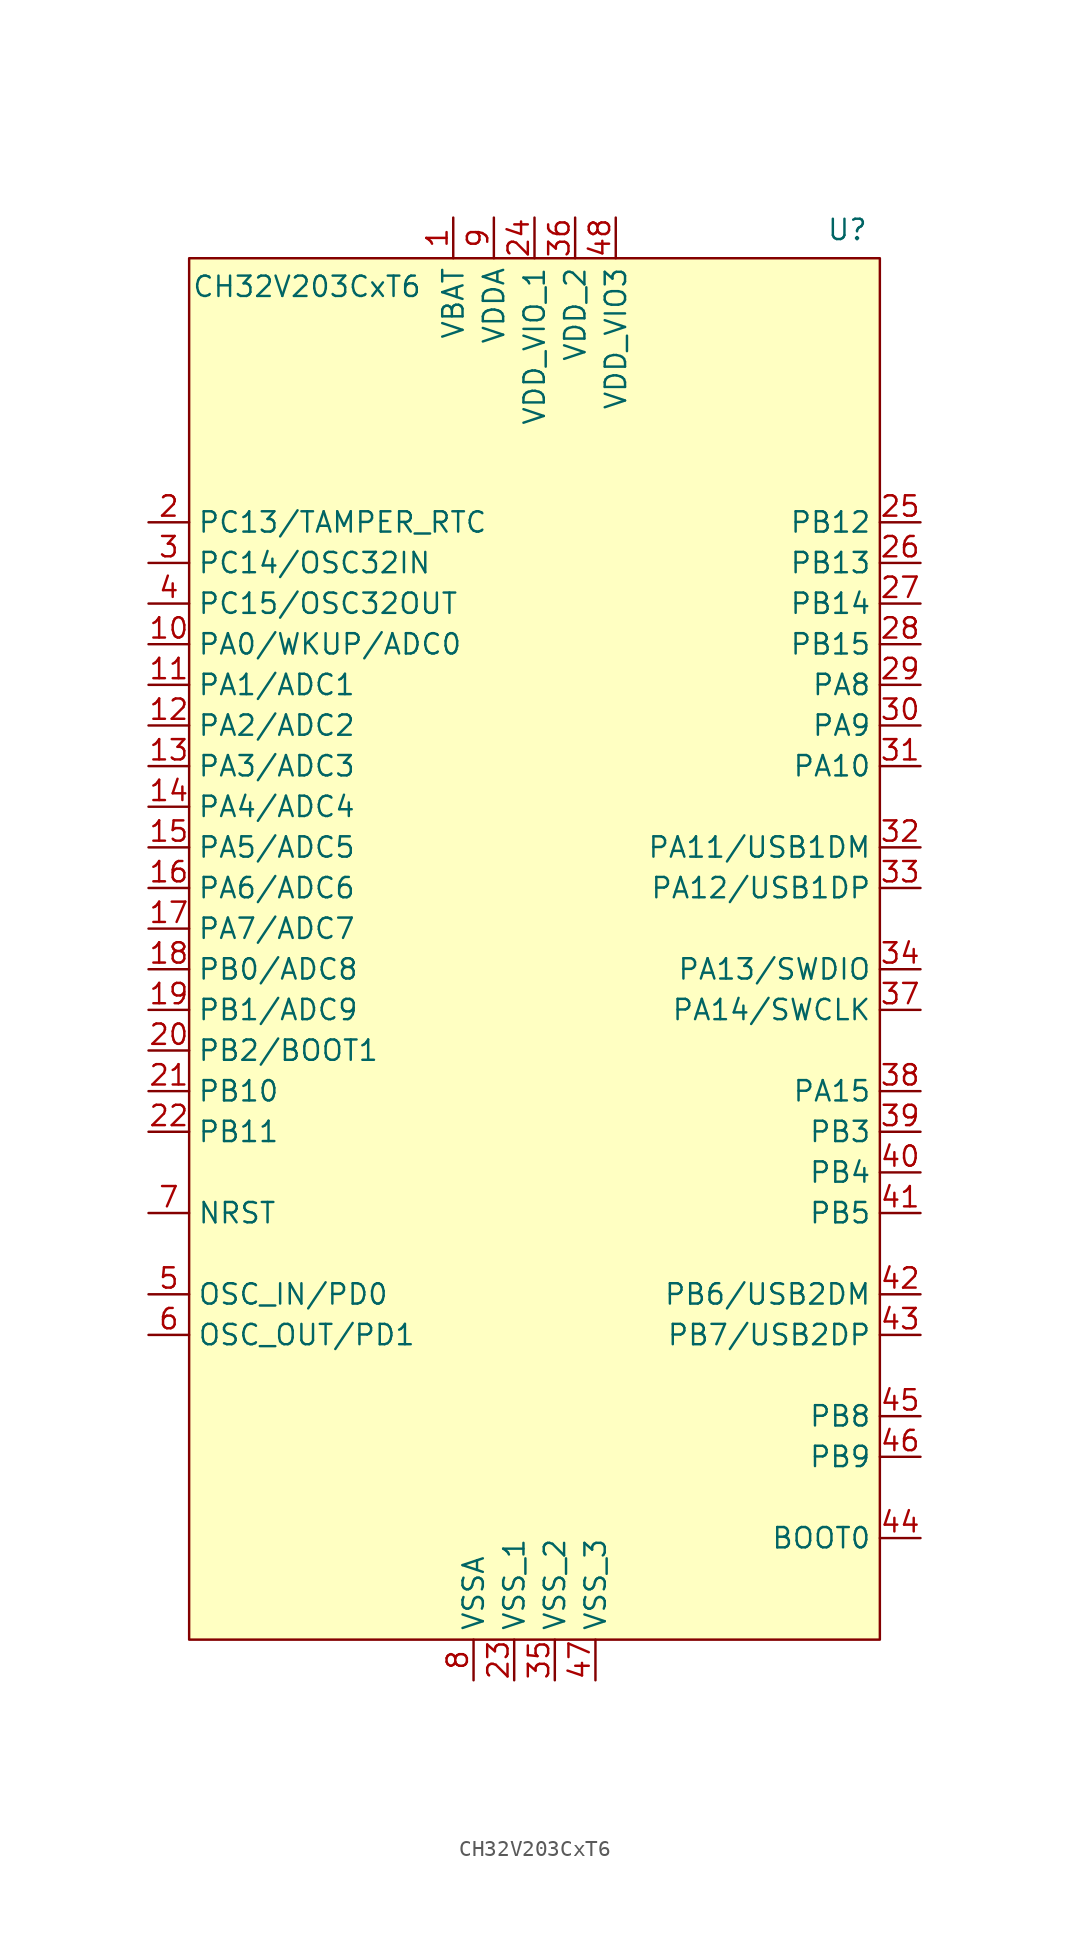
<source format=kicad_sym>
(kicad_symbol_lib
  (version 20231120)
  (generator "kicad_symbol_editor")
  (generator_version "8.0")
  (symbol "CH32V203CxT6"
    (property "Reference" "U"
      (at 19.558 44.958 0)
      (effects (font (size 1.27 1.27))))
    (property "Value" "CH32V203CxT6"
      (at -14.224 41.402 0)
      (effects (font (size 1.27 1.27))))
    (symbol "CH32V203CxT6_1_0"
      (pin bidirectional line (at -24.13 19.05 0) (length 2.54) (name "PA0/WKUP/ADC0" (effects (font (size 1.27 1.27)))) (number "10" (effects (font (size 1.27 1.27)))))
      (pin bidirectional line (at -24.13 16.51 0) (length 2.54) (name "PA1/ADC1" (effects (font (size 1.27 1.27)))) (number "11" (effects (font (size 1.27 1.27)))))
      (pin bidirectional line (at -24.13 13.97 0) (length 2.54) (name "PA2/ADC2" (effects (font (size 1.27 1.27)))) (number "12" (effects (font (size 1.27 1.27)))))
      (pin bidirectional line (at -24.13 11.43 0) (length 2.54) (name "PA3/ADC3" (effects (font (size 1.27 1.27)))) (number "13" (effects (font (size 1.27 1.27)))))
      (pin bidirectional line (at -24.13 8.89 0) (length 2.54) (name "PA4/ADC4" (effects (font (size 1.27 1.27)))) (number "14" (effects (font (size 1.27 1.27)))))
      (pin bidirectional line (at -24.13 6.35 0) (length 2.54) (name "PA5/ADC5" (effects (font (size 1.27 1.27)))) (number "15" (effects (font (size 1.27 1.27)))))
      (pin bidirectional line (at -24.13 3.81 0) (length 2.54) (name "PA6/ADC6" (effects (font (size 1.27 1.27)))) (number "16" (effects (font (size 1.27 1.27)))))
      (pin bidirectional line (at -24.13 1.27 0) (length 2.54) (name "PA7/ADC7" (effects (font (size 1.27 1.27)))) (number "17" (effects (font (size 1.27 1.27)))))
      (pin bidirectional line (at -24.13 -1.27 0) (length 2.54) (name "PB0/ADC8" (effects (font (size 1.27 1.27)))) (number "18" (effects (font (size 1.27 1.27)))))
      (pin bidirectional line (at -24.13 -3.81 0) (length 2.54) (name "PB1/ADC9" (effects (font (size 1.27 1.27)))) (number "19" (effects (font (size 1.27 1.27)))))
      (pin bidirectional line (at -24.13 -6.35 0) (length 2.54) (name "PB2/BOOT1" (effects (font (size 1.27 1.27)))) (number "20" (effects (font (size 1.27 1.27)))))
      (pin bidirectional line (at -24.13 -8.89 0) (length 2.54) (name "PB10" (effects (font (size 1.27 1.27)))) (number "21" (effects (font (size 1.27 1.27)))))
      (pin bidirectional line (at -24.13 -11.43 0) (length 2.54) (name "PB11" (effects (font (size 1.27 1.27)))) (number "22" (effects (font (size 1.27 1.27)))))
      (pin power_in line (at -1.27 -45.72 90) (length 2.54) (name "VSS_1" (effects (font (size 1.27 1.27)))) (number "23" (effects (font (size 1.27 1.27)))))
      (pin power_in line (at 0 45.72 270) (length 2.54) (name "VDD_VIO_1" (effects (font (size 1.27 1.27)))) (number "24" (effects (font (size 1.27 1.27)))))
      (pin bidirectional line (at 24.13 26.67 180) (length 2.54) (name "PB12" (effects (font (size 1.27 1.27)))) (number "25" (effects (font (size 1.27 1.27)))))
      (pin bidirectional line (at 24.13 24.13 180) (length 2.54) (name "PB13" (effects (font (size 1.27 1.27)))) (number "26" (effects (font (size 1.27 1.27)))))
      (pin bidirectional line (at 24.13 21.59 180) (length 2.54) (name "PB14" (effects (font (size 1.27 1.27)))) (number "27" (effects (font (size 1.27 1.27)))))
      (pin bidirectional line (at 24.13 19.05 180) (length 2.54) (name "PB15" (effects (font (size 1.27 1.27)))) (number "28" (effects (font (size 1.27 1.27)))))
      (pin bidirectional line (at 24.13 16.51 180) (length 2.54) (name "PA8" (effects (font (size 1.27 1.27)))) (number "29" (effects (font (size 1.27 1.27)))))
      (pin bidirectional line (at 24.13 13.97 180) (length 2.54) (name "PA9" (effects (font (size 1.27 1.27)))) (number "30" (effects (font (size 1.27 1.27)))))
      (pin bidirectional line (at 24.13 11.43 180) (length 2.54) (name "PA10" (effects (font (size 1.27 1.27)))) (number "31" (effects (font (size 1.27 1.27)))))
      (pin bidirectional line (at 24.13 6.35 180) (length 2.54) (name "PA11/USB1DM" (effects (font (size 1.27 1.27)))) (number "32" (effects (font (size 1.27 1.27)))))
      (pin bidirectional line (at 24.13 3.81 180) (length 2.54) (name "PA12/USB1DP" (effects (font (size 1.27 1.27)))) (number "33" (effects (font (size 1.27 1.27)))))
      (pin bidirectional line (at 24.13 -1.27 180) (length 2.54) (name "PA13/SWDIO" (effects (font (size 1.27 1.27)))) (number "34" (effects (font (size 1.27 1.27)))))
      (pin power_in line (at 1.27 -45.72 90) (length 2.54) (name "VSS_2" (effects (font (size 1.27 1.27)))) (number "35" (effects (font (size 1.27 1.27)))))
      (pin power_in line (at 2.54 45.72 270) (length 2.54) (name "VDD_2" (effects (font (size 1.27 1.27)))) (number "36" (effects (font (size 1.27 1.27)))))
      (pin bidirectional line (at 24.13 -3.81 180) (length 2.54) (name "PA14/SWCLK" (effects (font (size 1.27 1.27)))) (number "37" (effects (font (size 1.27 1.27)))))
      (pin bidirectional line (at 24.13 -8.89 180) (length 2.54) (name "PA15" (effects (font (size 1.27 1.27)))) (number "38" (effects (font (size 1.27 1.27)))))
      (pin bidirectional line (at 24.13 -11.43 180) (length 2.54) (name "PB3" (effects (font (size 1.27 1.27)))) (number "39" (effects (font (size 1.27 1.27)))))
      (pin bidirectional line (at -24.13 21.59 0) (length 2.54) (name "PC15/OSC32OUT" (effects (font (size 1.27 1.27)))) (number "4" (effects (font (size 1.27 1.27)))))
      (pin bidirectional line (at 24.13 -13.97 180) (length 2.54) (name "PB4" (effects (font (size 1.27 1.27)))) (number "40" (effects (font (size 1.27 1.27)))))
      (pin bidirectional line (at 24.13 -16.51 180) (length 2.54) (name "PB5" (effects (font (size 1.27 1.27)))) (number "41" (effects (font (size 1.27 1.27)))))
      (pin bidirectional line (at 24.13 -21.59 180) (length 2.54) (name "PB6/USB2DM" (effects (font (size 1.27 1.27)))) (number "42" (effects (font (size 1.27 1.27)))))
      (pin bidirectional line (at 24.13 -24.13 180) (length 2.54) (name "PB7/USB2DP" (effects (font (size 1.27 1.27)))) (number "43" (effects (font (size 1.27 1.27)))))
      (pin bidirectional line (at 24.13 -36.83 180) (length 2.54) (name "BOOT0" (effects (font (size 1.27 1.27)))) (number "44" (effects (font (size 1.27 1.27)))))
      (pin bidirectional line (at 24.13 -29.21 180) (length 2.54) (name "PB8" (effects (font (size 1.27 1.27)))) (number "45" (effects (font (size 1.27 1.27)))))
      (pin bidirectional line (at 24.13 -31.75 180) (length 2.54) (name "PB9" (effects (font (size 1.27 1.27)))) (number "46" (effects (font (size 1.27 1.27)))))
      (pin power_in line (at 3.81 -45.72 90) (length 2.54) (name "VSS_3" (effects (font (size 1.27 1.27)))) (number "47" (effects (font (size 1.27 1.27)))))
      (pin power_out line (at 5.08 45.72 270) (length 2.54) (name "VDD_VIO3" (effects (font (size 1.27 1.27)))) (number "48" (effects (font (size 1.27 1.27)))))
      (pin bidirectional line (at -24.13 -21.59 0) (length 2.54) (name "OSC_IN/PD0" (effects (font (size 1.27 1.27)))) (number "5" (effects (font (size 1.27 1.27)))))
      (pin bidirectional line (at -24.13 -24.13 0) (length 2.54) (name "OSC_OUT/PD1" (effects (font (size 1.27 1.27)))) (number "6" (effects (font (size 1.27 1.27)))))
      (pin bidirectional line (at -24.13 -16.51 0) (length 2.54) (name "NRST" (effects (font (size 1.27 1.27)))) (number "7" (effects (font (size 1.27 1.27)))))
      (pin power_in line (at -3.81 -45.72 90) (length 2.54) (name "VSSA" (effects (font (size 1.27 1.27)))) (number "8" (effects (font (size 1.27 1.27)))))
      (pin power_in line (at -2.54 45.72 270) (length 2.54) (name "VDDA" (effects (font (size 1.27 1.27)))) (number "9" (effects (font (size 1.27 1.27))))))
    (symbol "CH32V203CxT6_1_1"
      (rectangle (start -21.59 43.18) (end 21.59 -43.18) (stroke (width 0) (type default)) (fill (type background)))
      (pin power_in line (at -5.08 45.72 270) (length 2.54) (name "VBAT" (effects (font (size 1.27 1.27)))) (number "1" (effects (font (size 1.27 1.27)))))
      (pin bidirectional line (at -24.13 26.67 0) (length 2.54) (name "PC13/TAMPER_RTC" (effects (font (size 1.27 1.27)))) (number "2" (effects (font (size 1.27 1.27)))))
      (pin bidirectional line (at -24.13 24.13 0) (length 2.54) (name "PC14/OSC32IN" (effects (font (size 1.27 1.27)))) (number "3" (effects (font (size 1.27 1.27))))))))
</source>
